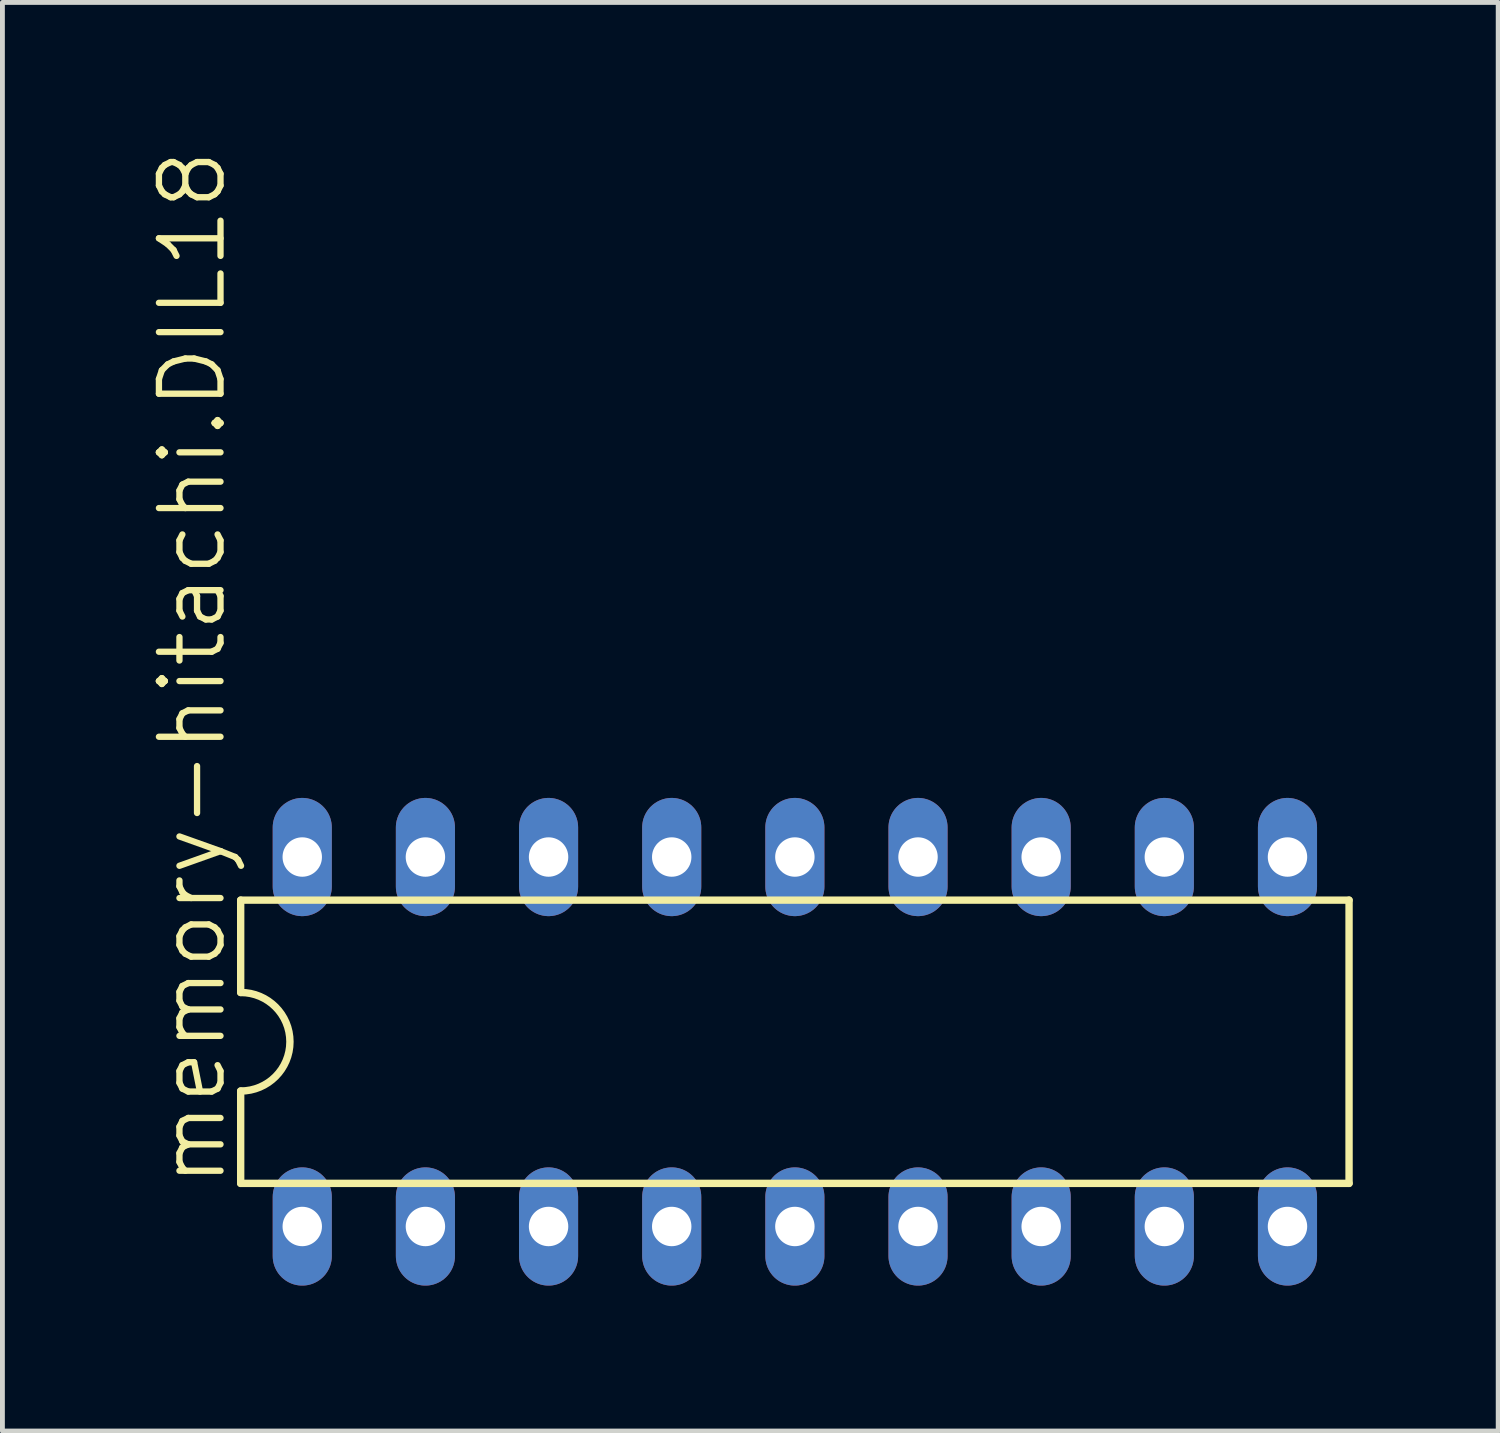
<source format=kicad_pcb>
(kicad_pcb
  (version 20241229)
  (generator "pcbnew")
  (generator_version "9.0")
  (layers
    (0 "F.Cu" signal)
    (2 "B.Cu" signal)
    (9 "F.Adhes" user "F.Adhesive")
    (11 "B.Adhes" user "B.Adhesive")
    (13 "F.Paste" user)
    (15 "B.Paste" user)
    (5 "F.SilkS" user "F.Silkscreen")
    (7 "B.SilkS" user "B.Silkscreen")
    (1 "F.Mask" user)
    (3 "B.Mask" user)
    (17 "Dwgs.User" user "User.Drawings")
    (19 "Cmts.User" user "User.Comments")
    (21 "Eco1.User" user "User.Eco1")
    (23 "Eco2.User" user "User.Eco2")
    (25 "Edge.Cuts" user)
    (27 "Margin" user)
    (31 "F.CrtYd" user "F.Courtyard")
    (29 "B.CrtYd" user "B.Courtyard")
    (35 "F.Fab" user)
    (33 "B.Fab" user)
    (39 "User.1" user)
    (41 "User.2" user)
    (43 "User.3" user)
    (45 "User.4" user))
  (footprint "memory-hitachi.DIL18"
    (layer "F.Cu")
    (at 13.344 18.436)
    (property "Reference" "memory-hitachi.DIL18" (at -11.684 3.048 90) (layer "F.SilkS") (effects (font (size 1.27 1.27) (thickness 0.13)) (justify left bottom)))
    (attr through_hole)
    (fp_line (start -11.43 -2.921) (end -11.43 -1.016) (stroke (width 0.152) (type default)) (layer "F.SilkS"))
    (fp_line (start -11.43 2.921) (end -11.43 1.016) (stroke (width 0.152) (type default)) (layer "F.SilkS"))
    (fp_line (start -11.43 2.921) (end 11.43 2.921) (stroke (width 0.152) (type default)) (layer "F.SilkS"))
    (fp_line (start 11.43 -2.921) (end -11.43 -2.921) (stroke (width 0.152) (type default)) (layer "F.SilkS"))
    (fp_line (start 11.43 -2.921) (end 11.43 2.921) (stroke (width 0.152) (type default)) (layer "F.SilkS"))
    (fp_arc (start -11.43 -1.016) (mid -10.414 0) (end -11.43 1.016) (stroke (width 0.1524) (type default)) (layer "F.SilkS"))
    (pad "1" thru_hole oval (at -10.16 3.81 90) (size 2.438 1.219) (drill 0.813) (layers "*.Cu" "*.Mask"))
    (pad "2" thru_hole oval (at -7.62 3.81 90) (size 2.438 1.219) (drill 0.813) (layers "*.Cu" "*.Mask"))
    (pad "3" thru_hole oval (at -5.08 3.81 90) (size 2.438 1.219) (drill 0.813) (layers "*.Cu" "*.Mask"))
    (pad "4" thru_hole oval (at -2.54 3.81 90) (size 2.438 1.219) (drill 0.813) (layers "*.Cu" "*.Mask"))
    (pad "5" thru_hole oval (at 0 3.81 90) (size 2.438 1.219) (drill 0.813) (layers "*.Cu" "*.Mask"))
    (pad "6" thru_hole oval (at 2.54 3.81 90) (size 2.438 1.219) (drill 0.813) (layers "*.Cu" "*.Mask"))
    (pad "7" thru_hole oval (at 5.08 3.81 90) (size 2.438 1.219) (drill 0.813) (layers "*.Cu" "*.Mask"))
    (pad "8" thru_hole oval (at 7.62 3.81 90) (size 2.438 1.219) (drill 0.813) (layers "*.Cu" "*.Mask"))
    (pad "9" thru_hole oval (at 10.16 3.81 90) (size 2.438 1.219) (drill 0.813) (layers "*.Cu" "*.Mask"))
    (pad "10" thru_hole oval (at 10.16 -3.81 90) (size 2.438 1.219) (drill 0.813) (layers "*.Cu" "*.Mask"))
    (pad "11" thru_hole oval (at 7.62 -3.81 90) (size 2.438 1.219) (drill 0.813) (layers "*.Cu" "*.Mask"))
    (pad "12" thru_hole oval (at 5.08 -3.81 90) (size 2.438 1.219) (drill 0.813) (layers "*.Cu" "*.Mask"))
    (pad "13" thru_hole oval (at 2.54 -3.81 90) (size 2.438 1.219) (drill 0.813) (layers "*.Cu" "*.Mask"))
    (pad "14" thru_hole oval (at 0 -3.81 90) (size 2.438 1.219) (drill 0.813) (layers "*.Cu" "*.Mask"))
    (pad "15" thru_hole oval (at -2.54 -3.81 90) (size 2.438 1.219) (drill 0.813) (layers "*.Cu" "*.Mask"))
    (pad "16" thru_hole oval (at -5.08 -3.81 90) (size 2.438 1.219) (drill 0.813) (layers "*.Cu" "*.Mask"))
    (pad "17" thru_hole oval (at -7.62 -3.81 90) (size 2.438 1.219) (drill 0.813) (layers "*.Cu" "*.Mask"))
    (pad "18" thru_hole oval (at -10.16 -3.81 90) (size 2.438 1.219) (drill 0.813) (layers "*.Cu" "*.Mask")))
  (gr_rect
    (start -3 -3)
    (end 27.85 26.465)
    (stroke (width 0.1) (type default))
    (fill no)
    (layer "Edge.Cuts")))
</source>
